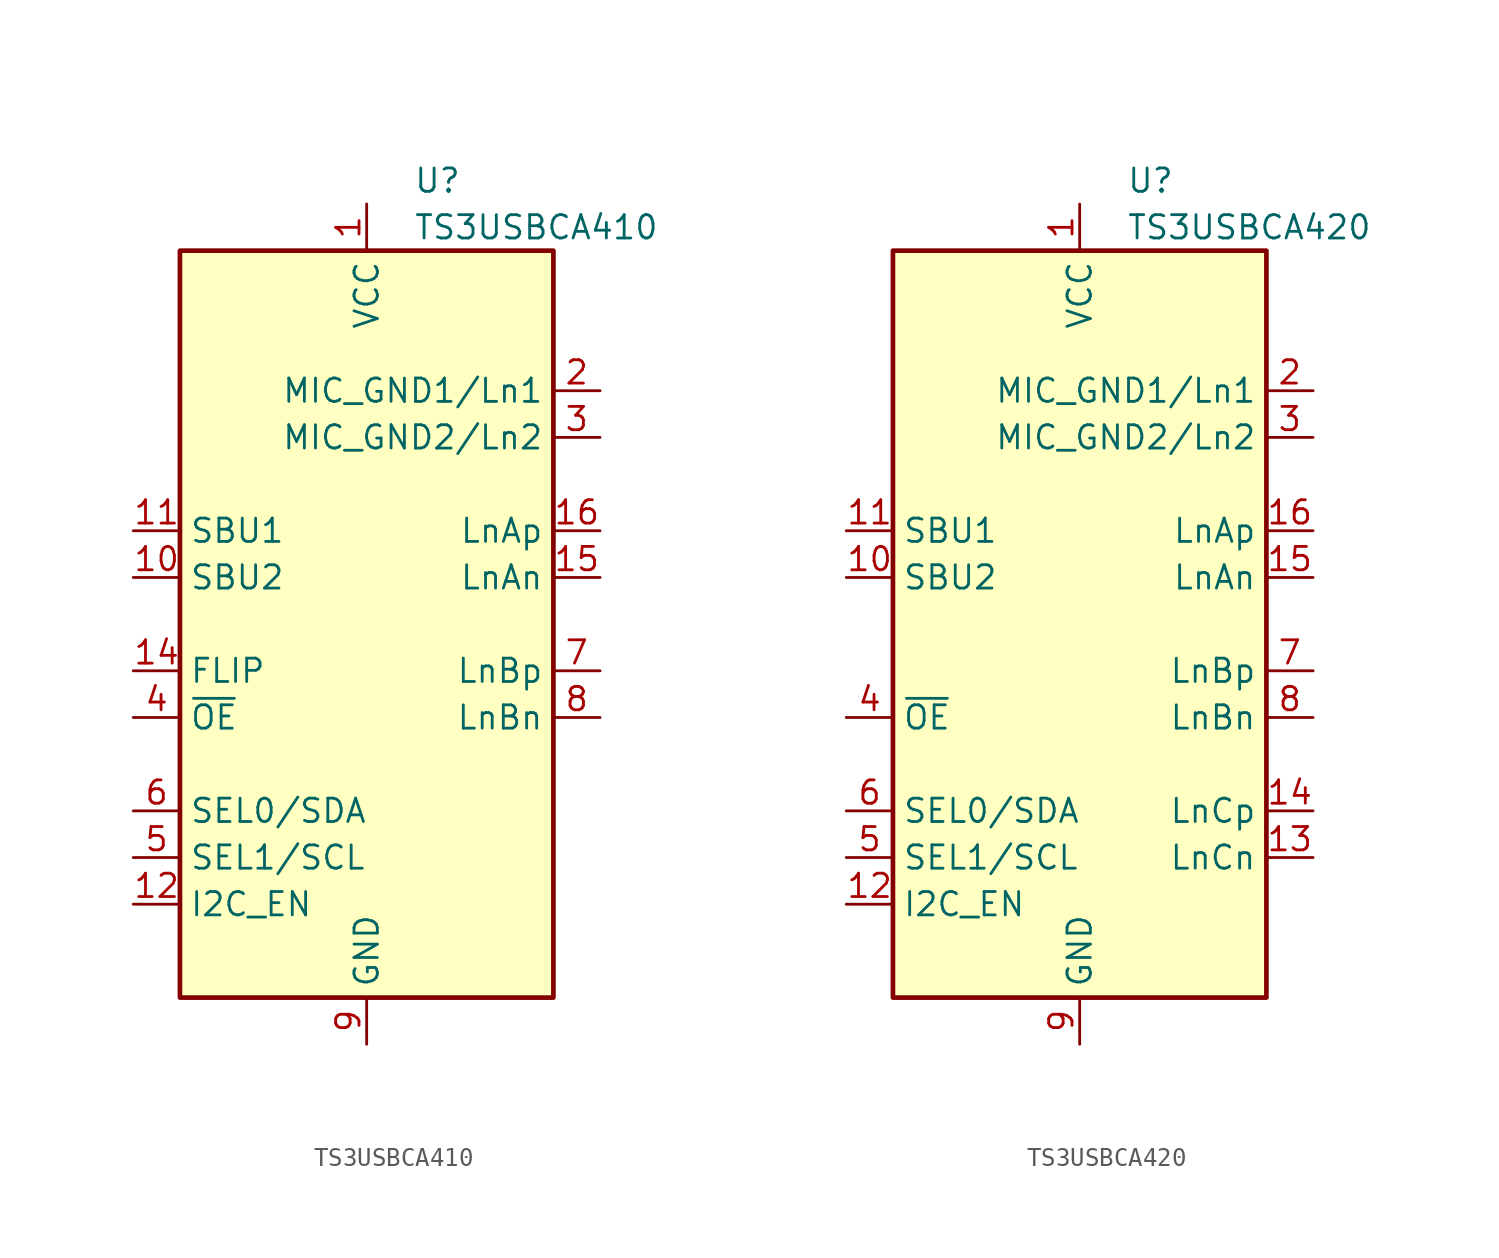
<source format=kicad_sym>
(kicad_symbol_lib
  (version 20231120)
  (generator "kicad_symbol_editor")
  (generator_version "8.0")
  (symbol "TS3USBCA410"
    (property "Reference" "U"
      (at 2.54 24.13 0)
      (effects (font (size 1.27 1.27)) (justify left)))
    (property "Value" "TS3USBCA410"
      (at 2.54 21.59 0)
      (effects (font (size 1.27 1.27)) (justify left)))
    (symbol "TS3USBCA410_0_0"
      (pin passive line (at 12.7 -2.54 180) (length 2.54) (name "LnBp" (effects (font (size 1.27 1.27)))) (number "7" (effects (font (size 1.27 1.27)))))
      (pin passive line (at 12.7 -5.08 180) (length 2.54) (name "LnBn" (effects (font (size 1.27 1.27)))) (number "8" (effects (font (size 1.27 1.27))))))
    (symbol "TS3USBCA410_1_0"
      (pin power_in line (at 0 22.86 270) (length 2.54) (name "VCC" (effects (font (size 1.27 1.27)))) (number "1" (effects (font (size 1.27 1.27)))))
      (pin passive line (at -12.7 2.54 0) (length 2.54) (name "SBU2" (effects (font (size 1.27 1.27)))) (number "10" (effects (font (size 1.27 1.27)))))
      (pin passive line (at -12.7 5.08 0) (length 2.54) (name "SBU1" (effects (font (size 1.27 1.27)))) (number "11" (effects (font (size 1.27 1.27)))))
      (pin input line (at -12.7 -15.24 0) (length 2.54) (name "I2C_EN" (effects (font (size 1.27 1.27)))) (number "12" (effects (font (size 1.27 1.27)))))
      (pin no_connect line (at 10.16 -12.7 180) (length 2.54) hide (name "NC" (effects (font (size 1.27 1.27)))) (number "13" (effects (font (size 1.27 1.27)))))
      (pin input line (at -12.7 -2.54 0) (length 2.54) (name "FLIP" (effects (font (size 1.27 1.27)))) (number "14" (effects (font (size 1.27 1.27)))))
      (pin passive line (at 12.7 2.54 180) (length 2.54) (name "LnAn" (effects (font (size 1.27 1.27)))) (number "15" (effects (font (size 1.27 1.27)))))
      (pin passive line (at 12.7 5.08 180) (length 2.54) (name "LnAp" (effects (font (size 1.27 1.27)))) (number "16" (effects (font (size 1.27 1.27)))))
      (pin passive line (at 12.7 12.7 180) (length 2.54) (name "MIC_GND1/Ln1" (effects (font (size 1.27 1.27)))) (number "2" (effects (font (size 1.27 1.27)))) (alternate "Ln1" passive line) (alternate "MIC_GND1" passive line))
      (pin passive line (at 12.7 10.16 180) (length 2.54) (name "MIC_GND2/Ln2" (effects (font (size 1.27 1.27)))) (number "3" (effects (font (size 1.27 1.27)))) (alternate "Ln2" passive line) (alternate "MIC_GND2" passive line))
      (pin input line (at -12.7 -5.08 0) (length 2.54) (name "~{OE}" (effects (font (size 1.27 1.27)))) (number "4" (effects (font (size 1.27 1.27)))))
      (pin input line (at -12.7 -12.7 0) (length 2.54) (name "SEL1/SCL" (effects (font (size 1.27 1.27)))) (number "5" (effects (font (size 1.27 1.27)))) (alternate "SCL" input line) (alternate "SEL1" input line))
      (pin bidirectional line (at -12.7 -10.16 0) (length 2.54) (name "SEL0/SDA" (effects (font (size 1.27 1.27)))) (number "6" (effects (font (size 1.27 1.27)))) (alternate "SDA" bidirectional line) (alternate "SEL0" input line))
      (pin power_in line (at 0 -22.86 90) (length 2.54) (name "GND" (effects (font (size 1.27 1.27)))) (number "9" (effects (font (size 1.27 1.27))))))
    (symbol "TS3USBCA410_1_1"
      (rectangle (start -10.16 20.32) (end 10.16 -20.32) (stroke (width 0.254) (type default)) (fill (type background)))))
  (symbol "TS3USBCA420"
    (property "Reference" "U"
      (at 2.54 24.13 0)
      (effects (font (size 1.27 1.27)) (justify left)))
    (property "Value" "TS3USBCA420"
      (at 2.54 21.59 0)
      (effects (font (size 1.27 1.27)) (justify left)))
    (symbol "TS3USBCA420_0_0"
      (pin passive line (at 12.7 -12.7 180) (length 2.54) (name "LnCn" (effects (font (size 1.27 1.27)))) (number "13" (effects (font (size 1.27 1.27)))))
      (pin passive line (at 12.7 -10.16 180) (length 2.54) (name "LnCp" (effects (font (size 1.27 1.27)))) (number "14" (effects (font (size 1.27 1.27)))))
      (pin passive line (at 12.7 -2.54 180) (length 2.54) (name "LnBp" (effects (font (size 1.27 1.27)))) (number "7" (effects (font (size 1.27 1.27)))))
      (pin passive line (at 12.7 -5.08 180) (length 2.54) (name "LnBn" (effects (font (size 1.27 1.27)))) (number "8" (effects (font (size 1.27 1.27))))))
    (symbol "TS3USBCA420_1_0"
      (pin power_in line (at 0 22.86 270) (length 2.54) (name "VCC" (effects (font (size 1.27 1.27)))) (number "1" (effects (font (size 1.27 1.27)))))
      (pin passive line (at -12.7 2.54 0) (length 2.54) (name "SBU2" (effects (font (size 1.27 1.27)))) (number "10" (effects (font (size 1.27 1.27)))))
      (pin passive line (at -12.7 5.08 0) (length 2.54) (name "SBU1" (effects (font (size 1.27 1.27)))) (number "11" (effects (font (size 1.27 1.27)))))
      (pin input line (at -12.7 -15.24 0) (length 2.54) (name "I2C_EN" (effects (font (size 1.27 1.27)))) (number "12" (effects (font (size 1.27 1.27)))))
      (pin passive line (at 12.7 2.54 180) (length 2.54) (name "LnAn" (effects (font (size 1.27 1.27)))) (number "15" (effects (font (size 1.27 1.27)))))
      (pin passive line (at 12.7 5.08 180) (length 2.54) (name "LnAp" (effects (font (size 1.27 1.27)))) (number "16" (effects (font (size 1.27 1.27)))))
      (pin passive line (at 12.7 12.7 180) (length 2.54) (name "MIC_GND1/Ln1" (effects (font (size 1.27 1.27)))) (number "2" (effects (font (size 1.27 1.27)))) (alternate "Ln1" passive line) (alternate "MIC_GND1" passive line))
      (pin passive line (at 12.7 10.16 180) (length 2.54) (name "MIC_GND2/Ln2" (effects (font (size 1.27 1.27)))) (number "3" (effects (font (size 1.27 1.27)))) (alternate "Ln2" passive line) (alternate "MIC_GND2" passive line))
      (pin input line (at -12.7 -5.08 0) (length 2.54) (name "~{OE}" (effects (font (size 1.27 1.27)))) (number "4" (effects (font (size 1.27 1.27)))))
      (pin input line (at -12.7 -12.7 0) (length 2.54) (name "SEL1/SCL" (effects (font (size 1.27 1.27)))) (number "5" (effects (font (size 1.27 1.27)))) (alternate "SCL" input line) (alternate "SEL1" input line))
      (pin bidirectional line (at -12.7 -10.16 0) (length 2.54) (name "SEL0/SDA" (effects (font (size 1.27 1.27)))) (number "6" (effects (font (size 1.27 1.27)))) (alternate "SDA" bidirectional line) (alternate "SEL0" input line))
      (pin power_in line (at 0 -22.86 90) (length 2.54) (name "GND" (effects (font (size 1.27 1.27)))) (number "9" (effects (font (size 1.27 1.27))))))
    (symbol "TS3USBCA420_1_1"
      (rectangle (start -10.16 20.32) (end 10.16 -20.32) (stroke (width 0.254) (type default)) (fill (type background))))))
</source>
